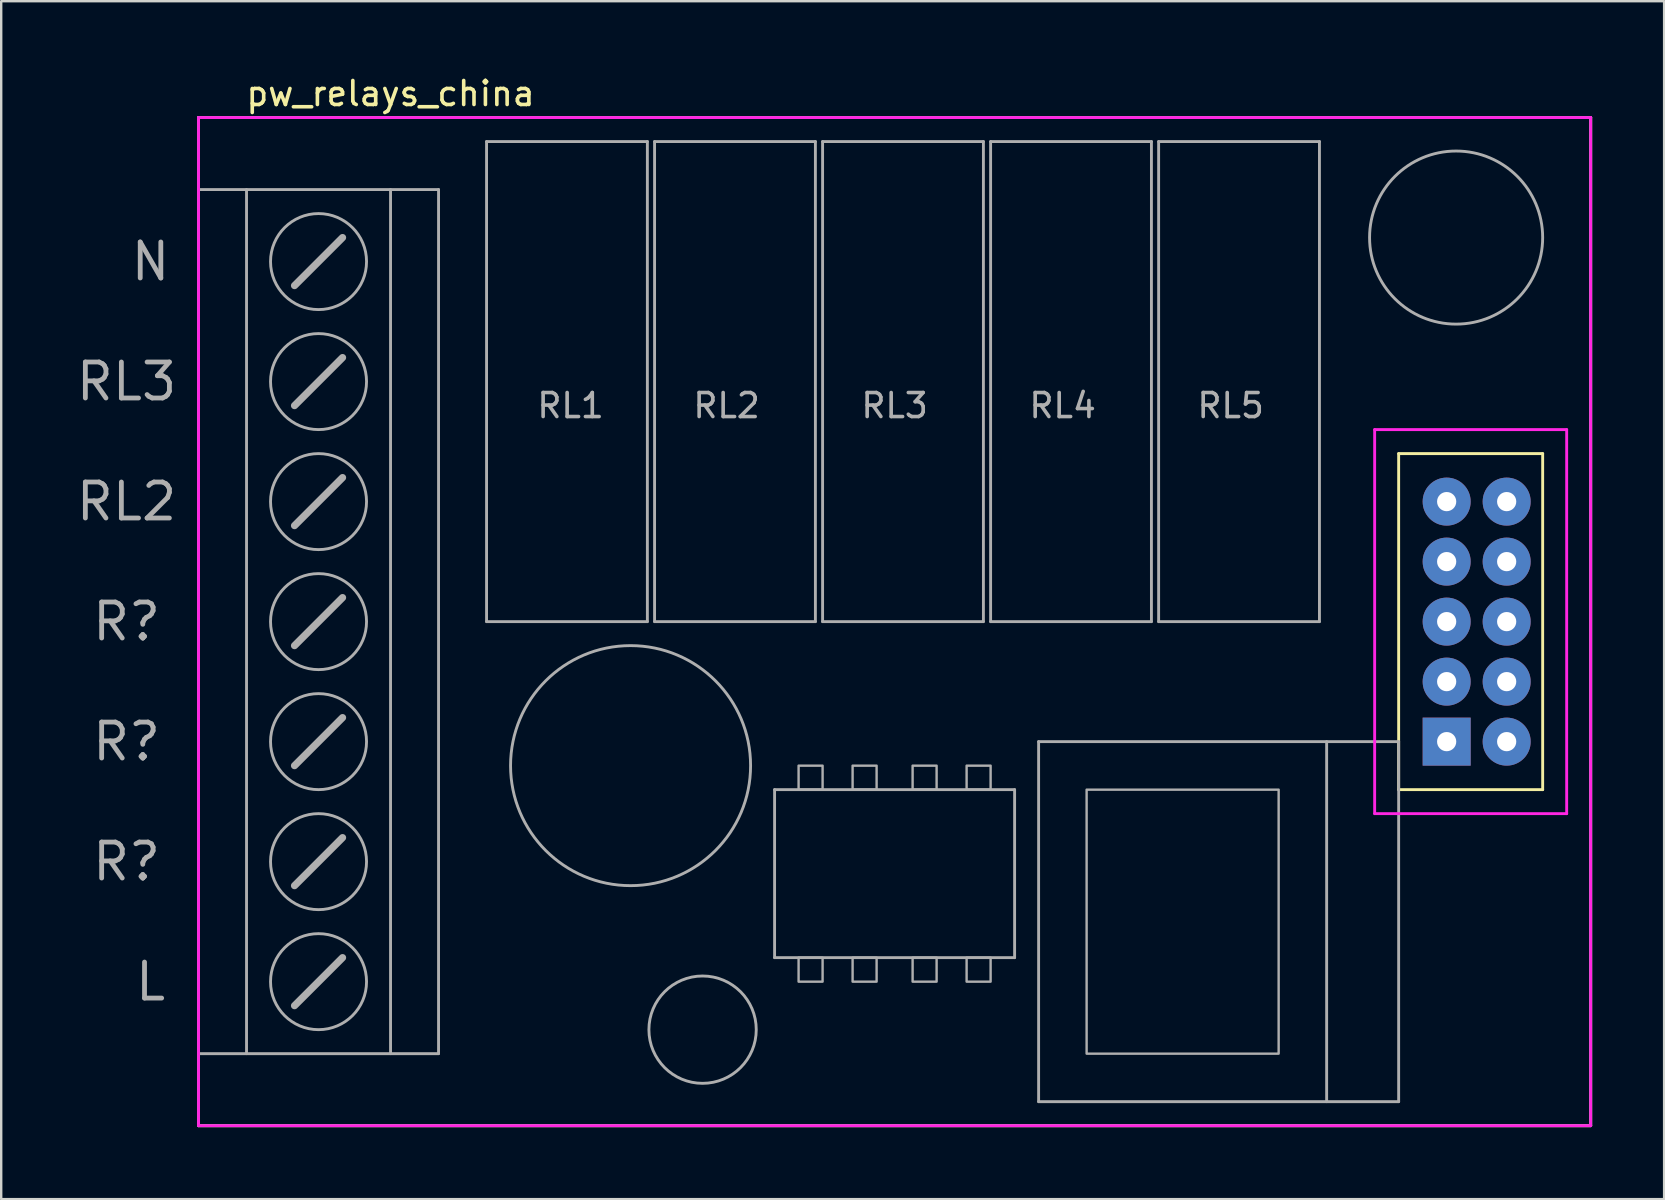
<source format=kicad_pcb>
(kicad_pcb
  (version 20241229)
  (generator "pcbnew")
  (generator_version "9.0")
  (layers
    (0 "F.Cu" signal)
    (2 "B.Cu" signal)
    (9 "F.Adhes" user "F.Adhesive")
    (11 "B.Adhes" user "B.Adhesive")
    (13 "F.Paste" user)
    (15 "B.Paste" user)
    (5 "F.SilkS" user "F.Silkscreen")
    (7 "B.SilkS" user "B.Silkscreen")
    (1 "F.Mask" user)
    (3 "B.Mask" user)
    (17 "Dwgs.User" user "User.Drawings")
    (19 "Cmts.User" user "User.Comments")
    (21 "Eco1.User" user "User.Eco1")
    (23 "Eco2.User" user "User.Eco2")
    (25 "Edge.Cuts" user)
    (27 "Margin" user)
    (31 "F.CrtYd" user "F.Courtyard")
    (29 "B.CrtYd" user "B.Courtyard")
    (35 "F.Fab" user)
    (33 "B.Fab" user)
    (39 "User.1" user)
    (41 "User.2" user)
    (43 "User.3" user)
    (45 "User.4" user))
  (footprint "pw_relays_china"
    (layer "F.Cu")
    (at 33.221 22.848)
    (property "Reference" "pw_relays_china" (at -20 -22 0) (layer "F.SilkS") (effects (font (size 1 1) (thickness 0.15))))
    (attr through_hole)
    (fp_line (start -28 -21) (end 30 -21) (stroke (width 0.12) (type solid)) (layer "F.SilkS"))
    (fp_line (start -28 21) (end -28 -21) (stroke (width 0.12) (type solid)) (layer "F.SilkS"))
    (fp_line (start 22 -7) (end 28 -7) (stroke (width 0.12) (type solid)) (layer "F.SilkS"))
    (fp_line (start 22 7) (end 22 -7) (stroke (width 0.12) (type solid)) (layer "F.SilkS"))
    (fp_line (start 28 -7) (end 28 7) (stroke (width 0.12) (type solid)) (layer "F.SilkS"))
    (fp_line (start 28 7) (end 22 7) (stroke (width 0.12) (type solid)) (layer "F.SilkS"))
    (fp_line (start 30 -21) (end 30 21) (stroke (width 0.12) (type solid)) (layer "F.SilkS"))
    (fp_line (start 30 21) (end -28 21) (stroke (width 0.12) (type solid)) (layer "F.SilkS"))
    (fp_line (start -28 -21) (end 30 -21) (stroke (width 0.12) (type solid)) (layer "F.CrtYd"))
    (fp_line (start -28 21) (end -28 -21) (stroke (width 0.12) (type solid)) (layer "F.CrtYd"))
    (fp_line (start 21 -8) (end 29 -8) (stroke (width 0.12) (type solid)) (layer "F.CrtYd"))
    (fp_line (start 21 8) (end 21 -8) (stroke (width 0.12) (type solid)) (layer "F.CrtYd"))
    (fp_line (start 29 -8) (end 29 8) (stroke (width 0.12) (type solid)) (layer "F.CrtYd"))
    (fp_line (start 29 8) (end 21 8) (stroke (width 0.12) (type solid)) (layer "F.CrtYd"))
    (fp_line (start 30 -21) (end 30 21) (stroke (width 0.12) (type solid)) (layer "F.CrtYd"))
    (fp_line (start 30 21) (end -28 21) (stroke (width 0.12) (type solid)) (layer "F.CrtYd"))
    (fp_line (start -28 -21) (end 30 -21) (stroke (width 0.12) (type solid)) (layer "F.Fab"))
    (fp_line (start -28 -18) (end -18 -18) (stroke (width 0.12) (type solid)) (layer "F.Fab"))
    (fp_line (start -28 21) (end -28 -21) (stroke (width 0.12) (type solid)) (layer "F.Fab"))
    (fp_line (start -26 -18) (end -26 18) (stroke (width 0.12) (type solid)) (layer "F.Fab"))
    (fp_line (start -24 -14) (end -22 -16) (stroke (width 0.3) (type solid)) (layer "F.Fab"))
    (fp_line (start -24 -9) (end -22 -11) (stroke (width 0.3) (type solid)) (layer "F.Fab"))
    (fp_line (start -24 -4) (end -22 -6) (stroke (width 0.3) (type solid)) (layer "F.Fab"))
    (fp_line (start -24 1) (end -22 -1) (stroke (width 0.3) (type solid)) (layer "F.Fab"))
    (fp_line (start -24 6) (end -22 4) (stroke (width 0.3) (type solid)) (layer "F.Fab"))
    (fp_line (start -24 11) (end -22 9) (stroke (width 0.3) (type solid)) (layer "F.Fab"))
    (fp_line (start -24 16) (end -22 14) (stroke (width 0.3) (type solid)) (layer "F.Fab"))
    (fp_line (start -20 -18) (end -20 18) (stroke (width 0.12) (type solid)) (layer "F.Fab"))
    (fp_line (start -18 -18) (end -18 18) (stroke (width 0.12) (type solid)) (layer "F.Fab"))
    (fp_line (start -18 18) (end -28 18) (stroke (width 0.12) (type solid)) (layer "F.Fab"))
    (fp_line (start -16 -20) (end -9.3 -20) (stroke (width 0.12) (type solid)) (layer "F.Fab"))
    (fp_line (start -16 0) (end -16 -20) (stroke (width 0.12) (type solid)) (layer "F.Fab"))
    (fp_line (start -9.3 -20) (end -9.3 0) (stroke (width 0.12) (type solid)) (layer "F.Fab"))
    (fp_line (start -9.3 0) (end -16 0) (stroke (width 0.12) (type solid)) (layer "F.Fab"))
    (fp_line (start -9 -20) (end -2.3 -20) (stroke (width 0.12) (type solid)) (layer "F.Fab"))
    (fp_line (start -9 0) (end -9 -20) (stroke (width 0.12) (type solid)) (layer "F.Fab"))
    (fp_line (start -4 7) (end 6 7) (stroke (width 0.12) (type solid)) (layer "F.Fab"))
    (fp_line (start -4 14) (end -4 7) (stroke (width 0.12) (type solid)) (layer "F.Fab"))
    (fp_line (start -2.3 -20) (end -2.3 0) (stroke (width 0.12) (type solid)) (layer "F.Fab"))
    (fp_line (start -2.3 0) (end -9 0) (stroke (width 0.12) (type solid)) (layer "F.Fab"))
    (fp_line (start -2 -20) (end 4.7 -20) (stroke (width 0.12) (type solid)) (layer "F.Fab"))
    (fp_line (start -2 0) (end -2 -20) (stroke (width 0.12) (type solid)) (layer "F.Fab"))
    (fp_line (start 4.7 -20) (end 4.7 0) (stroke (width 0.12) (type solid)) (layer "F.Fab"))
    (fp_line (start 4.7 0) (end -2 0) (stroke (width 0.12) (type solid)) (layer "F.Fab"))
    (fp_line (start 5 -20) (end 11.7 -20) (stroke (width 0.12) (type solid)) (layer "F.Fab"))
    (fp_line (start 5 0) (end 5 -20) (stroke (width 0.12) (type solid)) (layer "F.Fab"))
    (fp_line (start 6 7) (end 6 14) (stroke (width 0.12) (type solid)) (layer "F.Fab"))
    (fp_line (start 6 14) (end -4 14) (stroke (width 0.12) (type solid)) (layer "F.Fab"))
    (fp_line (start 7 5) (end 22 5) (stroke (width 0.12) (type solid)) (layer "F.Fab"))
    (fp_line (start 7 20) (end 7 5) (stroke (width 0.12) (type solid)) (layer "F.Fab"))
    (fp_line (start 11.7 -20) (end 11.7 0) (stroke (width 0.12) (type solid)) (layer "F.Fab"))
    (fp_line (start 11.7 0) (end 5 0) (stroke (width 0.12) (type solid)) (layer "F.Fab"))
    (fp_line (start 12 -20) (end 18.7 -20) (stroke (width 0.12) (type solid)) (layer "F.Fab"))
    (fp_line (start 12 0) (end 12 -20) (stroke (width 0.12) (type solid)) (layer "F.Fab"))
    (fp_line (start 18.7 -20) (end 18.7 0) (stroke (width 0.12) (type solid)) (layer "F.Fab"))
    (fp_line (start 18.7 0) (end 12 0) (stroke (width 0.12) (type solid)) (layer "F.Fab"))
    (fp_line (start 19 5) (end 19 20) (stroke (width 0.12) (type solid)) (layer "F.Fab"))
    (fp_line (start 22 5) (end 22 20) (stroke (width 0.12) (type solid)) (layer "F.Fab"))
    (fp_line (start 22 20) (end 7 20) (stroke (width 0.12) (type solid)) (layer "F.Fab"))
    (fp_line (start 30 -21) (end 30 21) (stroke (width 0.12) (type solid)) (layer "F.Fab"))
    (fp_line (start 30 21) (end -28 21) (stroke (width 0.12) (type solid)) (layer "F.Fab"))
    (fp_circle (center -23 -15) (end -21 -15) (stroke (width 0.12) (type solid)) (fill no) (layer "F.Fab"))
    (fp_circle (center -23 -10) (end -21 -10) (stroke (width 0.12) (type solid)) (fill no) (layer "F.Fab"))
    (fp_circle (center -23 -5) (end -21 -5) (stroke (width 0.12) (type solid)) (fill no) (layer "F.Fab"))
    (fp_circle (center -23 0) (end -21 0) (stroke (width 0.12) (type solid)) (fill no) (layer "F.Fab"))
    (fp_circle (center -23 5) (end -21 5) (stroke (width 0.12) (type solid)) (fill no) (layer "F.Fab"))
    (fp_circle (center -23 10) (end -21 10) (stroke (width 0.12) (type solid)) (fill no) (layer "F.Fab"))
    (fp_circle (center -23 15) (end -21 15) (stroke (width 0.12) (type solid)) (fill no) (layer "F.Fab"))
    (fp_circle (center -10 6) (end -7 10) (stroke (width 0.12) (type solid)) (fill no) (layer "F.Fab"))
    (fp_circle (center -7 17) (end -5 18) (stroke (width 0.12) (type solid)) (fill no) (layer "F.Fab"))
    (fp_circle (center 24.394 -16) (end 26.394 -13) (stroke (width 0.12) (type solid)) (fill no) (layer "F.Fab"))
    (fp_poly (pts (xy -3 7) (xy -2 7) (xy -2 6) (xy -3 6)) (stroke (width 0.1) (type solid)) (fill no) (layer "F.Fab"))
    (fp_poly (pts (xy -3 15) (xy -2 15) (xy -2 14) (xy -3 14)) (stroke (width 0.1) (type solid)) (fill no) (layer "F.Fab"))
    (fp_poly (pts (xy -0.75 7) (xy -0.75 6) (xy 0.25 6) (xy 0.25 7)) (stroke (width 0.1) (type solid)) (fill no) (layer "F.Fab"))
    (fp_poly (pts (xy -0.75 15) (xy -0.75 14) (xy 0.25 14) (xy 0.25 15)) (stroke (width 0.1) (type solid)) (fill no) (layer "F.Fab"))
    (fp_poly (pts (xy 1.75 7) (xy 1.75 6) (xy 2.75 6) (xy 2.75 7)) (stroke (width 0.1) (type solid)) (fill no) (layer "F.Fab"))
    (fp_poly (pts (xy 1.75 15) (xy 1.75 14) (xy 2.75 14) (xy 2.75 15)) (stroke (width 0.1) (type solid)) (fill no) (layer "F.Fab"))
    (fp_poly (pts (xy 4 7) (xy 4 6) (xy 5 6) (xy 5 7)) (stroke (width 0.1) (type solid)) (fill no) (layer "F.Fab"))
    (fp_poly (pts (xy 4 15) (xy 4 14) (xy 5 14) (xy 5 15)) (stroke (width 0.1) (type solid)) (fill no) (layer "F.Fab"))
    (fp_poly (pts (xy 9 7) (xy 17 7) (xy 17 18) (xy 9 18)) (stroke (width 0.1) (type solid)) (fill no) (layer "F.Fab"))
    (fp_text user "N" (at -30 -15 0) (layer "F.Fab") (effects (font (size 1.5 1.5) (thickness 0.2))))
    (fp_text user "R?" (at -31 10 0) (layer "F.Fab") (effects (font (size 1.5 1.5) (thickness 0.2))))
    (fp_text user "RL2" (at -31 -5 0) (layer "F.Fab") (effects (font (size 1.5 1.5) (thickness 0.2))))
    (fp_text user "RL5" (at 15 -9 0) (layer "F.Fab") (effects (font (size 1 1) (thickness 0.15))))
    (fp_text user "R?" (at -31 0 0) (layer "F.Fab") (effects (font (size 1.5 1.5) (thickness 0.2))))
    (fp_text user "R?" (at -31 5 0) (layer "F.Fab") (effects (font (size 1.5 1.5) (thickness 0.2))))
    (fp_text user "RL2" (at -6 -9 0) (layer "F.Fab") (effects (font (size 1 1) (thickness 0.15))))
    (fp_text user "RL1" (at -12.5 -9 0) (layer "F.Fab") (effects (font (size 1 1) (thickness 0.15))))
    (fp_text user "RL3" (at 1 -9 0) (layer "F.Fab") (effects (font (size 1 1) (thickness 0.15))))
    (fp_text user "L" (at -30 15 0) (layer "F.Fab") (effects (font (size 1.5 1.5) (thickness 0.2))))
    (fp_text user "RL3" (at -31 -10 0) (layer "F.Fab") (effects (font (size 1.5 1.5) (thickness 0.2))))
    (fp_text user "RL4" (at 8 -9 0) (layer "F.Fab") (effects (font (size 1 1) (thickness 0.15))))
    (pad "1" thru_hole rect (at 24 5) (size 2 2) (drill 0.8) (layers "*.Cu" "*.Mask"))
    (pad "2" thru_hole circle (at 26.5 5) (size 2 2) (drill 0.8) (layers "*.Cu" "*.Mask"))
    (pad "3" thru_hole circle (at 24 2.5) (size 2 2) (drill 0.8) (layers "*.Cu" "*.Mask"))
    (pad "4" thru_hole circle (at 26.5 2.5) (size 2 2) (drill 0.8) (layers "*.Cu" "*.Mask"))
    (pad "5" thru_hole circle (at 24 0) (size 2 2) (drill 0.8) (layers "*.Cu" "*.Mask"))
    (pad "6" thru_hole circle (at 26.5 0) (size 2 2) (drill 0.8) (layers "*.Cu" "*.Mask"))
    (pad "7" thru_hole circle (at 24 -2.5) (size 2 2) (drill 0.8) (layers "*.Cu" "*.Mask"))
    (pad "8" thru_hole circle (at 26.5 -2.5) (size 2 2) (drill 0.8) (layers "*.Cu" "*.Mask"))
    (pad "9" thru_hole circle (at 24 -5) (size 2 2) (drill 0.8) (layers "*.Cu" "*.Mask"))
    (pad "10" thru_hole circle (at 26.5 -5) (size 2 2) (drill 0.8) (layers "*.Cu" "*.Mask")))
  (gr_rect
    (start -3 -3)
    (end 66.281 46.908)
    (stroke (width 0.1) (type default))
    (fill no)
    (layer "Edge.Cuts")))
</source>
